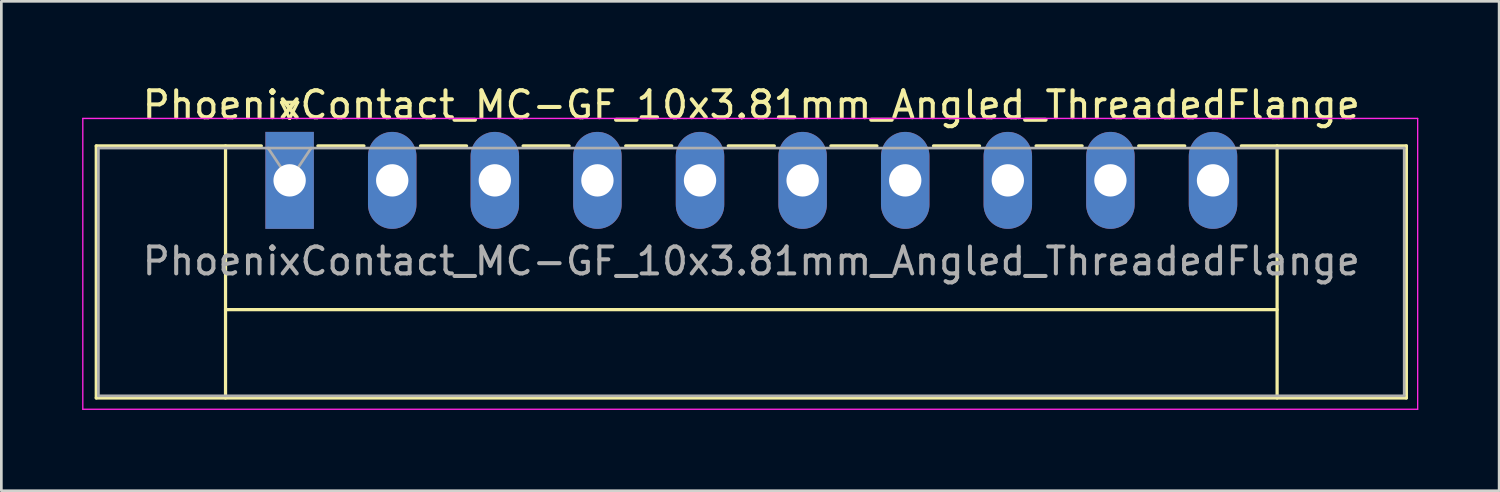
<source format=kicad_pcb>
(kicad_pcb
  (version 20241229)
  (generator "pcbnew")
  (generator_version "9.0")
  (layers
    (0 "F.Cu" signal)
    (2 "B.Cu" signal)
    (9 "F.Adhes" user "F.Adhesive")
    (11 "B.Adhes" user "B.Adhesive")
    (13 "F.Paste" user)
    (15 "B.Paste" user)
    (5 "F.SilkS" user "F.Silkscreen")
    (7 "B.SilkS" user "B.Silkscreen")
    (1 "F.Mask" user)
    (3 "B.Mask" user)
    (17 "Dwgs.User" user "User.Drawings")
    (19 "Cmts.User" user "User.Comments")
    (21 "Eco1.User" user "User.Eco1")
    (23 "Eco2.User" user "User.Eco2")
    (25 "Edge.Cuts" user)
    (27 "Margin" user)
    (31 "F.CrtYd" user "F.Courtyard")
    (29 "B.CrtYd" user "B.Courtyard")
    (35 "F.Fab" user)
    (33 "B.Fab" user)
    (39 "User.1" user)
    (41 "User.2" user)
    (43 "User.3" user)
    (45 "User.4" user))
  (footprint "PhoenixContact_MC-GF_10x3.81mm_Angled_ThreadedFlange"
    (layer "F.Cu")
    (at 7.705 3.648)
    (property "Reference" "PhoenixContact_MC-GF_10x3.81mm_Angled_ThreadedFlange" (at 17.145 -2.8 0) (layer "F.SilkS") (effects (font (size 1 1) (thickness 0.15))))
    (attr through_hole)
    (fp_line (start -7.18 -1.28) (end -7.18 8.08) (stroke (width 0.12) (type solid)) (layer "F.SilkS"))
    (fp_line (start -7.18 -1.28) (end -1.05 -1.28) (stroke (width 0.12) (type solid)) (layer "F.SilkS"))
    (fp_line (start -7.18 8.08) (end 41.47 8.08) (stroke (width 0.12) (type solid)) (layer "F.SilkS"))
    (fp_line (start -2.38 -1.28) (end -2.38 8.08) (stroke (width 0.12) (type solid)) (layer "F.SilkS"))
    (fp_line (start -2.38 4.8) (end 36.67 4.8) (stroke (width 0.12) (type solid)) (layer "F.SilkS"))
    (fp_line (start -0.3 -2.9) (end 0.3 -2.9) (stroke (width 0.12) (type solid)) (layer "F.SilkS"))
    (fp_line (start 0 -2.3) (end -0.3 -2.9) (stroke (width 0.12) (type solid)) (layer "F.SilkS"))
    (fp_line (start 0.3 -2.9) (end 0 -2.3) (stroke (width 0.12) (type solid)) (layer "F.SilkS"))
    (fp_line (start 1.05 -1.28) (end 2.76 -1.28) (stroke (width 0.12) (type solid)) (layer "F.SilkS"))
    (fp_line (start 4.86 -1.28) (end 6.57 -1.28) (stroke (width 0.12) (type solid)) (layer "F.SilkS"))
    (fp_line (start 8.67 -1.28) (end 10.38 -1.28) (stroke (width 0.12) (type solid)) (layer "F.SilkS"))
    (fp_line (start 12.48 -1.28) (end 14.19 -1.28) (stroke (width 0.12) (type solid)) (layer "F.SilkS"))
    (fp_line (start 16.29 -1.28) (end 18 -1.28) (stroke (width 0.12) (type solid)) (layer "F.SilkS"))
    (fp_line (start 20.1 -1.28) (end 21.81 -1.28) (stroke (width 0.12) (type solid)) (layer "F.SilkS"))
    (fp_line (start 23.91 -1.28) (end 25.62 -1.28) (stroke (width 0.12) (type solid)) (layer "F.SilkS"))
    (fp_line (start 27.72 -1.28) (end 29.43 -1.28) (stroke (width 0.12) (type solid)) (layer "F.SilkS"))
    (fp_line (start 31.53 -1.28) (end 33.24 -1.28) (stroke (width 0.12) (type solid)) (layer "F.SilkS"))
    (fp_line (start 36.67 -1.28) (end 36.67 8.08) (stroke (width 0.12) (type solid)) (layer "F.SilkS"))
    (fp_line (start 41.47 -1.28) (end 35.34 -1.28) (stroke (width 0.12) (type solid)) (layer "F.SilkS"))
    (fp_line (start 41.47 8.08) (end 41.47 -1.28) (stroke (width 0.12) (type solid)) (layer "F.SilkS"))
    (fp_line (start -7.68 -2.3) (end -7.68 8.5) (stroke (width 0.05) (type solid)) (layer "F.CrtYd"))
    (fp_line (start -7.68 8.5) (end 41.89 8.5) (stroke (width 0.05) (type solid)) (layer "F.CrtYd"))
    (fp_line (start 41.89 -2.3) (end -7.68 -2.3) (stroke (width 0.05) (type solid)) (layer "F.CrtYd"))
    (fp_line (start 41.89 8.5) (end 41.89 -2.3) (stroke (width 0.05) (type solid)) (layer "F.CrtYd"))
    (fp_line (start -7.1 -1.2) (end -7.1 8) (stroke (width 0.1) (type solid)) (layer "F.Fab"))
    (fp_line (start -7.1 8) (end 41.39 8) (stroke (width 0.1) (type solid)) (layer "F.Fab"))
    (fp_line (start 0 0) (end -0.8 -1.2) (stroke (width 0.1) (type solid)) (layer "F.Fab"))
    (fp_line (start 0.8 -1.2) (end 0 0) (stroke (width 0.1) (type solid)) (layer "F.Fab"))
    (fp_line (start 41.39 -1.2) (end -7.1 -1.2) (stroke (width 0.1) (type solid)) (layer "F.Fab"))
    (fp_line (start 41.39 8) (end 41.39 -1.2) (stroke (width 0.1) (type solid)) (layer "F.Fab"))
    (fp_text user "${REFERENCE}" (at 17.145 3 0) (layer "F.Fab") (effects (font (size 1 1) (thickness 0.15))))
    (pad "1" thru_hole rect (at 0 0) (size 1.8 3.6) (drill 1.2) (layers "*.Cu" "*.Mask"))
    (pad "2" thru_hole oval (at 3.81 0) (size 1.8 3.6) (drill 1.2) (layers "*.Cu" "*.Mask"))
    (pad "3" thru_hole oval (at 7.62 0) (size 1.8 3.6) (drill 1.2) (layers "*.Cu" "*.Mask"))
    (pad "4" thru_hole oval (at 11.43 0) (size 1.8 3.6) (drill 1.2) (layers "*.Cu" "*.Mask"))
    (pad "5" thru_hole oval (at 15.24 0) (size 1.8 3.6) (drill 1.2) (layers "*.Cu" "*.Mask"))
    (pad "6" thru_hole oval (at 19.05 0) (size 1.8 3.6) (drill 1.2) (layers "*.Cu" "*.Mask"))
    (pad "7" thru_hole oval (at 22.86 0) (size 1.8 3.6) (drill 1.2) (layers "*.Cu" "*.Mask"))
    (pad "8" thru_hole oval (at 26.67 0) (size 1.8 3.6) (drill 1.2) (layers "*.Cu" "*.Mask"))
    (pad "9" thru_hole oval (at 30.48 0) (size 1.8 3.6) (drill 1.2) (layers "*.Cu" "*.Mask"))
    (pad "10" thru_hole oval (at 34.29 0) (size 1.8 3.6) (drill 1.2) (layers "*.Cu" "*.Mask")))
  (gr_rect
    (start -3 -3)
    (end 52.62 15.173)
    (stroke (width 0.1) (type default))
    (fill no)
    (layer "Edge.Cuts")))
</source>
